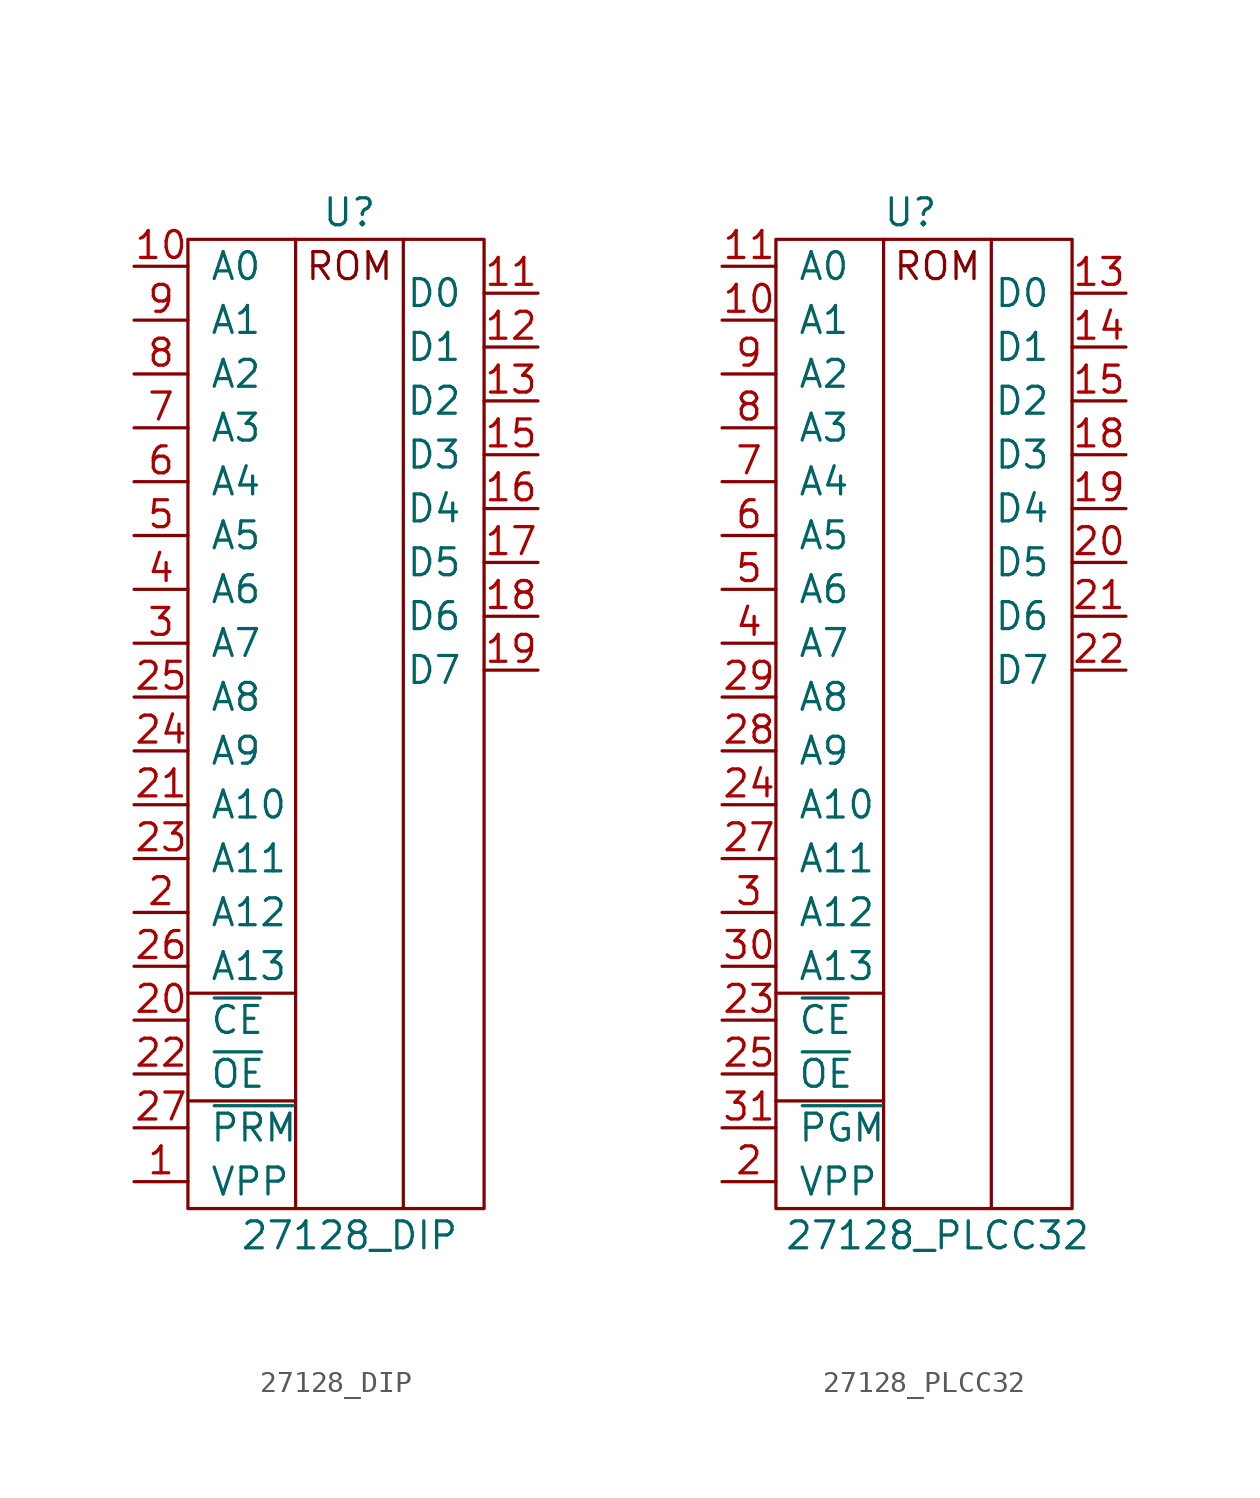
<source format=kicad_sym>
(kicad_symbol_lib
  (version 20211014)
  (generator kicad_symbol_editor)
  (symbol "27128_DIP"
    (pin_names
      (offset 1.016))
    (property "Reference" "U"
      (at 0 25.4 0)
      (effects (font (size 1.27 1.27))))
    (property "Value" "27128_DIP"
      (at 0 -22.86 0)
      (effects (font (size 1.27 1.27))))
    (symbol "27128_DIP_0_0"
      (polyline (pts (xy 2.54 24.13) (xy 2.54 -21.59)) (stroke (width 0) (type default) (color 0 0 0 0)) (fill (type none)))
      (text "ROM" (at 0 22.86 0) (effects (font (size 1.27 1.27)))))
    (symbol "27128_DIP_0_1"
      (rectangle (start -7.62 24.13) (end 6.35 -21.59) (stroke (width 0) (type default) (color 0 0 0 0)) (fill (type none)))
      (polyline (pts (xy -7.62 -16.51) (xy -2.54 -16.51)) (stroke (width 0) (type default) (color 0 0 0 0)) (fill (type none)))
      (polyline (pts (xy -7.62 -11.43) (xy -2.54 -11.43)) (stroke (width 0) (type default) (color 0 0 0 0)) (fill (type none)))
      (polyline (pts (xy -2.54 -21.59) (xy -2.54 24.13)) (stroke (width 0) (type default) (color 0 0 0 0)) (fill (type none)))
      (pin power_in line (at 6.35 -21.59 180) (length 0) hide (name "GND" (effects (font (size 1.27 1.27)))) (number "14" (effects (font (size 1.27 1.27)))))
      (pin power_in line (at 6.35 24.13 180) (length 0) hide (name "VCC" (effects (font (size 1.27 1.27)))) (number "28" (effects (font (size 1.27 1.27))))))
    (symbol "27128_DIP_1_1"
      (pin input line (at -10.16 -20.32 0) (length 2.54) (name "VPP" (effects (font (size 1.27 1.27)))) (number "1" (effects (font (size 1.27 1.27)))))
      (pin input line (at -10.16 22.86 0) (length 2.54) (name "A0" (effects (font (size 1.27 1.27)))) (number "10" (effects (font (size 1.27 1.27)))))
      (pin output line (at 8.89 21.59 180) (length 2.54) (name "D0" (effects (font (size 1.27 1.27)))) (number "11" (effects (font (size 1.27 1.27)))))
      (pin output line (at 8.89 19.05 180) (length 2.54) (name "D1" (effects (font (size 1.27 1.27)))) (number "12" (effects (font (size 1.27 1.27)))))
      (pin output line (at 8.89 16.51 180) (length 2.54) (name "D2" (effects (font (size 1.27 1.27)))) (number "13" (effects (font (size 1.27 1.27)))))
      (pin output line (at 8.89 13.97 180) (length 2.54) (name "D3" (effects (font (size 1.27 1.27)))) (number "15" (effects (font (size 1.27 1.27)))))
      (pin output line (at 8.89 11.43 180) (length 2.54) (name "D4" (effects (font (size 1.27 1.27)))) (number "16" (effects (font (size 1.27 1.27)))))
      (pin output line (at 8.89 8.89 180) (length 2.54) (name "D5" (effects (font (size 1.27 1.27)))) (number "17" (effects (font (size 1.27 1.27)))))
      (pin output line (at 8.89 6.35 180) (length 2.54) (name "D6" (effects (font (size 1.27 1.27)))) (number "18" (effects (font (size 1.27 1.27)))))
      (pin output line (at 8.89 3.81 180) (length 2.54) (name "D7" (effects (font (size 1.27 1.27)))) (number "19" (effects (font (size 1.27 1.27)))))
      (pin input line (at -10.16 -7.62 0) (length 2.54) (name "A12" (effects (font (size 1.27 1.27)))) (number "2" (effects (font (size 1.27 1.27)))))
      (pin input line (at -10.16 -12.7 0) (length 2.54) (name "~{CE}" (effects (font (size 1.27 1.27)))) (number "20" (effects (font (size 1.27 1.27)))))
      (pin input line (at -10.16 -2.54 0) (length 2.54) (name "A10" (effects (font (size 1.27 1.27)))) (number "21" (effects (font (size 1.27 1.27)))))
      (pin input line (at -10.16 -15.24 0) (length 2.54) (name "~{OE}" (effects (font (size 1.27 1.27)))) (number "22" (effects (font (size 1.27 1.27)))))
      (pin input line (at -10.16 -5.08 0) (length 2.54) (name "A11" (effects (font (size 1.27 1.27)))) (number "23" (effects (font (size 1.27 1.27)))))
      (pin input line (at -10.16 0 0) (length 2.54) (name "A9" (effects (font (size 1.27 1.27)))) (number "24" (effects (font (size 1.27 1.27)))))
      (pin input line (at -10.16 2.54 0) (length 2.54) (name "A8" (effects (font (size 1.27 1.27)))) (number "25" (effects (font (size 1.27 1.27)))))
      (pin input line (at -10.16 -10.16 0) (length 2.54) (name "A13" (effects (font (size 1.27 1.27)))) (number "26" (effects (font (size 1.27 1.27)))))
      (pin input line (at -10.16 -17.78 0) (length 2.54) (name "~{PRM}" (effects (font (size 1.27 1.27)))) (number "27" (effects (font (size 1.27 1.27)))))
      (pin input line (at -10.16 5.08 0) (length 2.54) (name "A7" (effects (font (size 1.27 1.27)))) (number "3" (effects (font (size 1.27 1.27)))))
      (pin input line (at -10.16 7.62 0) (length 2.54) (name "A6" (effects (font (size 1.27 1.27)))) (number "4" (effects (font (size 1.27 1.27)))))
      (pin input line (at -10.16 10.16 0) (length 2.54) (name "A5" (effects (font (size 1.27 1.27)))) (number "5" (effects (font (size 1.27 1.27)))))
      (pin input line (at -10.16 12.7 0) (length 2.54) (name "A4" (effects (font (size 1.27 1.27)))) (number "6" (effects (font (size 1.27 1.27)))))
      (pin input line (at -10.16 15.24 0) (length 2.54) (name "A3" (effects (font (size 1.27 1.27)))) (number "7" (effects (font (size 1.27 1.27)))))
      (pin input line (at -10.16 17.78 0) (length 2.54) (name "A2" (effects (font (size 1.27 1.27)))) (number "8" (effects (font (size 1.27 1.27)))))
      (pin input line (at -10.16 20.32 0) (length 2.54) (name "A1" (effects (font (size 1.27 1.27)))) (number "9" (effects (font (size 1.27 1.27)))))))
  (symbol "27128_PLCC32"
    (pin_names
      (offset 1.016))
    (property "Reference" "U"
      (at 0 25.4 0)
      (effects (font (size 1.27 1.27))))
    (property "Value" "27128_PLCC32"
      (at 1.27 -22.86 0)
      (effects (font (size 1.27 1.27))))
    (symbol "27128_PLCC32_0_0"
      (text "ROM" (at 1.27 22.86 0) (effects (font (size 1.27 1.27)))))
    (symbol "27128_PLCC32_0_1"
      (rectangle (start -6.35 24.13) (end 7.62 -21.59) (stroke (width 0) (type default) (color 0 0 0 0)) (fill (type none)))
      (polyline (pts (xy -6.35 -16.51) (xy -1.27 -16.51)) (stroke (width 0) (type default) (color 0 0 0 0)) (fill (type none)))
      (polyline (pts (xy -6.35 -11.43) (xy -1.27 -11.43)) (stroke (width 0) (type default) (color 0 0 0 0)) (fill (type none)))
      (polyline (pts (xy -1.27 -21.59) (xy -1.27 24.13)) (stroke (width 0) (type default) (color 0 0 0 0)) (fill (type none)))
      (polyline (pts (xy 3.81 24.13) (xy 3.81 -21.59)) (stroke (width 0) (type default) (color 0 0 0 0)) (fill (type none)))
      (pin power_in line (at 7.62 -21.59 180) (length 0) hide (name "GND" (effects (font (size 1.27 1.27)))) (number "16" (effects (font (size 1.27 1.27)))))
      (pin power_in line (at 7.62 24.13 180) (length 0) hide (name "VCC" (effects (font (size 1.27 1.27)))) (number "32" (effects (font (size 1.27 1.27))))))
    (symbol "27128_PLCC32_1_1"
      (pin no_connect line (at 7.62 -2.54 180) (length 0) hide (name "DU" (effects (font (size 1.27 1.27)))) (number "1" (effects (font (size 1.27 1.27)))))
      (pin input line (at -8.89 20.32 0) (length 2.54) (name "A1" (effects (font (size 1.27 1.27)))) (number "10" (effects (font (size 1.27 1.27)))))
      (pin input line (at -8.89 22.86 0) (length 2.54) (name "A0" (effects (font (size 1.27 1.27)))) (number "11" (effects (font (size 1.27 1.27)))))
      (pin no_connect line (at 7.62 -5.08 180) (length 0) hide (name "NC" (effects (font (size 1.27 1.27)))) (number "12" (effects (font (size 1.27 1.27)))))
      (pin output line (at 10.16 21.59 180) (length 2.54) (name "D0" (effects (font (size 1.27 1.27)))) (number "13" (effects (font (size 1.27 1.27)))))
      (pin output line (at 10.16 19.05 180) (length 2.54) (name "D1" (effects (font (size 1.27 1.27)))) (number "14" (effects (font (size 1.27 1.27)))))
      (pin output line (at 10.16 16.51 180) (length 2.54) (name "D2" (effects (font (size 1.27 1.27)))) (number "15" (effects (font (size 1.27 1.27)))))
      (pin no_connect line (at 7.62 -7.62 180) (length 0) hide (name "DU" (effects (font (size 1.27 1.27)))) (number "17" (effects (font (size 1.27 1.27)))))
      (pin output line (at 10.16 13.97 180) (length 2.54) (name "D3" (effects (font (size 1.27 1.27)))) (number "18" (effects (font (size 1.27 1.27)))))
      (pin output line (at 10.16 11.43 180) (length 2.54) (name "D4" (effects (font (size 1.27 1.27)))) (number "19" (effects (font (size 1.27 1.27)))))
      (pin input line (at -8.89 -20.32 0) (length 2.54) (name "VPP" (effects (font (size 1.27 1.27)))) (number "2" (effects (font (size 1.27 1.27)))))
      (pin output line (at 10.16 8.89 180) (length 2.54) (name "D5" (effects (font (size 1.27 1.27)))) (number "20" (effects (font (size 1.27 1.27)))))
      (pin output line (at 10.16 6.35 180) (length 2.54) (name "D6" (effects (font (size 1.27 1.27)))) (number "21" (effects (font (size 1.27 1.27)))))
      (pin output line (at 10.16 3.81 180) (length 2.54) (name "D7" (effects (font (size 1.27 1.27)))) (number "22" (effects (font (size 1.27 1.27)))))
      (pin input line (at -8.89 -12.7 0) (length 2.54) (name "~{CE}" (effects (font (size 1.27 1.27)))) (number "23" (effects (font (size 1.27 1.27)))))
      (pin input line (at -8.89 -2.54 0) (length 2.54) (name "A10" (effects (font (size 1.27 1.27)))) (number "24" (effects (font (size 1.27 1.27)))))
      (pin input line (at -8.89 -15.24 0) (length 2.54) (name "~{OE}" (effects (font (size 1.27 1.27)))) (number "25" (effects (font (size 1.27 1.27)))))
      (pin no_connect line (at 7.62 -10.16 180) (length 0) hide (name "NC" (effects (font (size 1.27 1.27)))) (number "26" (effects (font (size 1.27 1.27)))))
      (pin input line (at -8.89 -5.08 0) (length 2.54) (name "A11" (effects (font (size 1.27 1.27)))) (number "27" (effects (font (size 1.27 1.27)))))
      (pin input line (at -8.89 0 0) (length 2.54) (name "A9" (effects (font (size 1.27 1.27)))) (number "28" (effects (font (size 1.27 1.27)))))
      (pin input line (at -8.89 2.54 0) (length 2.54) (name "A8" (effects (font (size 1.27 1.27)))) (number "29" (effects (font (size 1.27 1.27)))))
      (pin input line (at -8.89 -7.62 0) (length 2.54) (name "A12" (effects (font (size 1.27 1.27)))) (number "3" (effects (font (size 1.27 1.27)))))
      (pin input line (at -8.89 -10.16 0) (length 2.54) (name "A13" (effects (font (size 1.27 1.27)))) (number "30" (effects (font (size 1.27 1.27)))))
      (pin input line (at -8.89 -17.78 0) (length 2.54) (name "~{PGM}" (effects (font (size 1.27 1.27)))) (number "31" (effects (font (size 1.27 1.27)))))
      (pin input line (at -8.89 5.08 0) (length 2.54) (name "A7" (effects (font (size 1.27 1.27)))) (number "4" (effects (font (size 1.27 1.27)))))
      (pin input line (at -8.89 7.62 0) (length 2.54) (name "A6" (effects (font (size 1.27 1.27)))) (number "5" (effects (font (size 1.27 1.27)))))
      (pin input line (at -8.89 10.16 0) (length 2.54) (name "A5" (effects (font (size 1.27 1.27)))) (number "6" (effects (font (size 1.27 1.27)))))
      (pin input line (at -8.89 12.7 0) (length 2.54) (name "A4" (effects (font (size 1.27 1.27)))) (number "7" (effects (font (size 1.27 1.27)))))
      (pin input line (at -8.89 15.24 0) (length 2.54) (name "A3" (effects (font (size 1.27 1.27)))) (number "8" (effects (font (size 1.27 1.27)))))
      (pin input line (at -8.89 17.78 0) (length 2.54) (name "A2" (effects (font (size 1.27 1.27)))) (number "9" (effects (font (size 1.27 1.27))))))))
</source>
